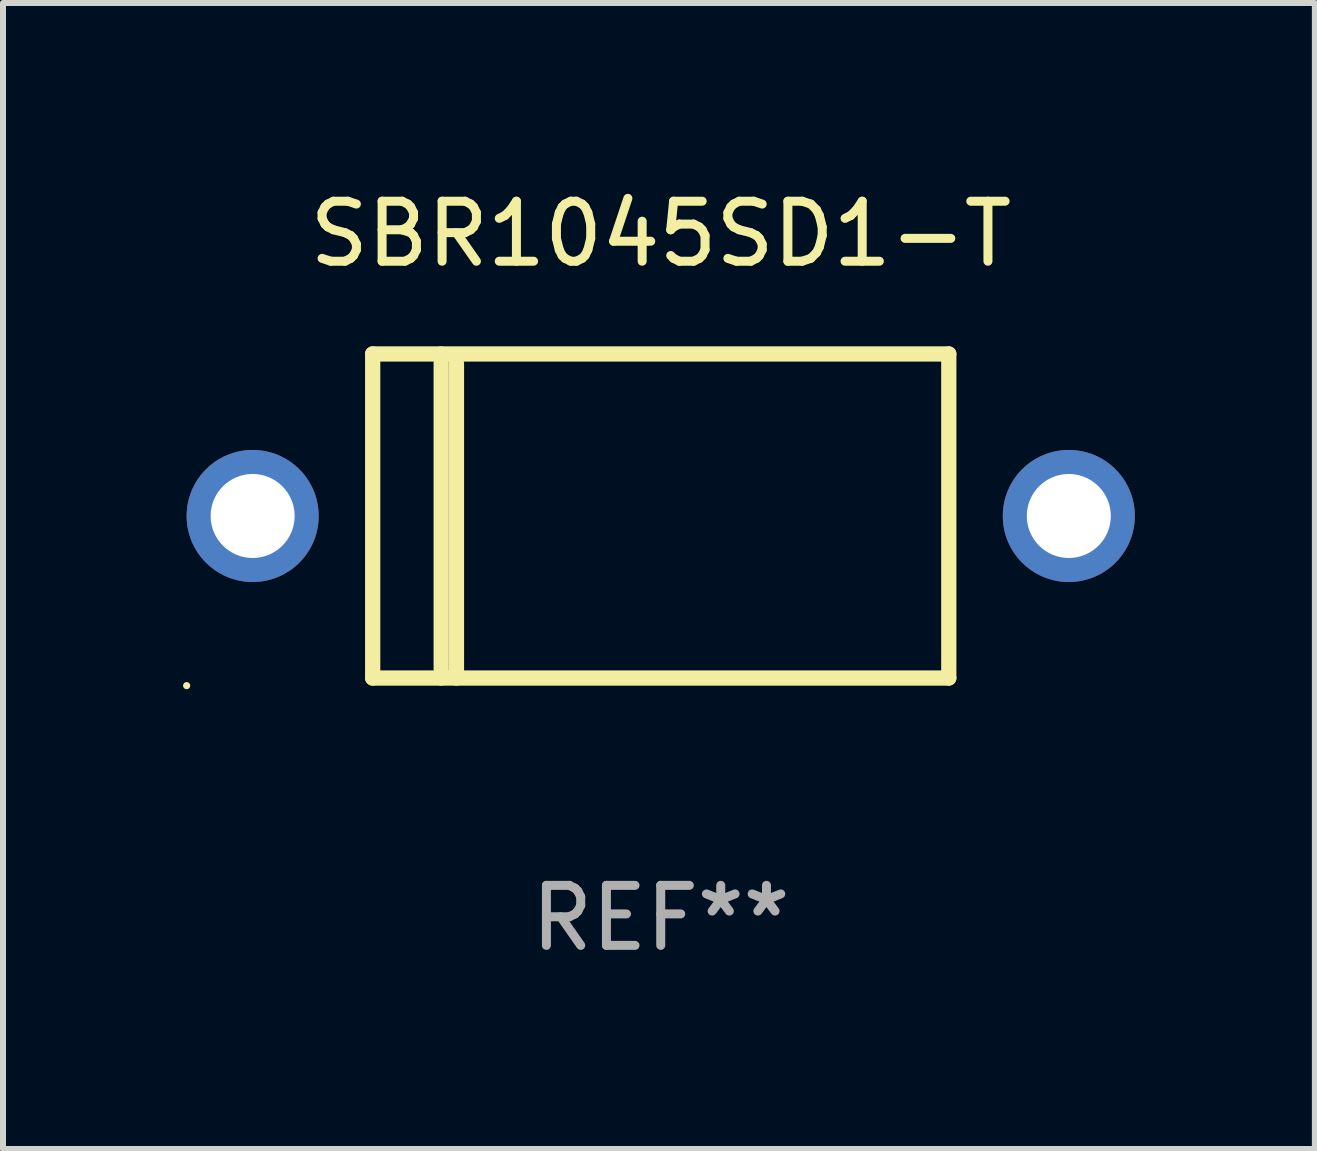
<source format=kicad_pcb>
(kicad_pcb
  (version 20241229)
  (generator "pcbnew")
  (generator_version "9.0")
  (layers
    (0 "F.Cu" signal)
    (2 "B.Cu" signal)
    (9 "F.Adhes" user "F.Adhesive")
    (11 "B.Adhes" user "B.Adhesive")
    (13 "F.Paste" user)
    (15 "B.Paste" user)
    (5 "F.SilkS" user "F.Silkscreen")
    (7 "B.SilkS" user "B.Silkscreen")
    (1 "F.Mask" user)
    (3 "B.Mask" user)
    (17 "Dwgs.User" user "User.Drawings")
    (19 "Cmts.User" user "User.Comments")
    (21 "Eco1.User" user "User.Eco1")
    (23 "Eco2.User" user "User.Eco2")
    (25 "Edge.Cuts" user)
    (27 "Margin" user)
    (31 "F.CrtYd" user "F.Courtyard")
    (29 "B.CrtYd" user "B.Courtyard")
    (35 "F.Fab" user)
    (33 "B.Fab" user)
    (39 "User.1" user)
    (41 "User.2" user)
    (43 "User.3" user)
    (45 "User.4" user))
  (footprint "SBR1045SD1-T"
    (layer "F.Cu")
    (at 7.96 5.548)
    (property "Reference" "SBR1045SD1-T" (at 0 -4.7 0) (layer "F.SilkS") (effects (font (size 1 1) (thickness 0.15))))
    (attr through_hole)
    (fp_line (start -4.8 -2.7) (end 4.8 -2.7) (stroke (width 0.254) (type solid)) (layer "F.SilkS"))
    (fp_line (start -4.8 2.7) (end -4.8 -2.7) (stroke (width 0.254) (type solid)) (layer "F.SilkS"))
    (fp_line (start -3.658 2.7) (end -3.658 -2.7) (stroke (width 0.254) (type solid)) (layer "F.SilkS"))
    (fp_line (start -3.404 2.7) (end -3.404 -2.54) (stroke (width 0.254) (type solid)) (layer "F.SilkS"))
    (fp_line (start 4.8 2.7) (end -4.8 2.7) (stroke (width 0.254) (type solid)) (layer "F.SilkS"))
    (fp_line (start 4.8 2.7) (end 4.8 -2.7) (stroke (width 0.254) (type solid)) (layer "F.SilkS"))
    (fp_circle (center -7.9 2.827) (end -7.87 2.827) (stroke (width 0.06) (type solid)) (fill no) (layer "F.SilkS"))
    (fp_text user "REF**" (at 0 6.7 0) (layer "F.Fab") (effects (font (size 1 1) (thickness 0.15))))
    (pad "1" thru_hole circle (at -6.8 0) (size 2.2 2.2) (drill 1.4) (layers "*.Cu" "*.Mask"))
    (pad "2" thru_hole circle (at 6.8 0) (size 2.2 2.2) (drill 1.4) (layers "*.Cu" "*.Mask")))
  (gr_rect
    (start -3 -3)
    (end 18.86 16.096)
    (stroke (width 0.1) (type default))
    (fill no)
    (layer "Edge.Cuts")))
</source>
